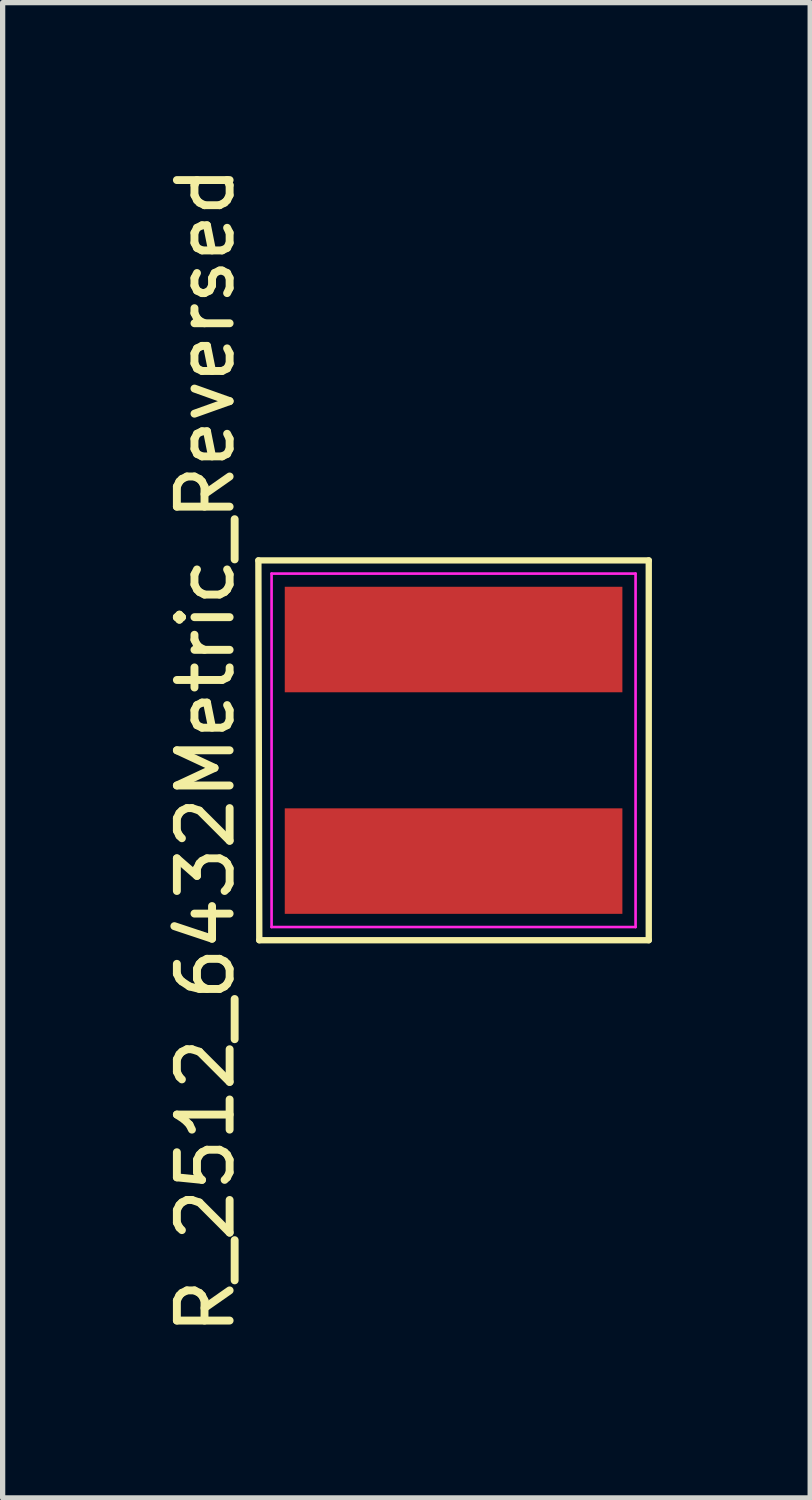
<source format=kicad_pcb>
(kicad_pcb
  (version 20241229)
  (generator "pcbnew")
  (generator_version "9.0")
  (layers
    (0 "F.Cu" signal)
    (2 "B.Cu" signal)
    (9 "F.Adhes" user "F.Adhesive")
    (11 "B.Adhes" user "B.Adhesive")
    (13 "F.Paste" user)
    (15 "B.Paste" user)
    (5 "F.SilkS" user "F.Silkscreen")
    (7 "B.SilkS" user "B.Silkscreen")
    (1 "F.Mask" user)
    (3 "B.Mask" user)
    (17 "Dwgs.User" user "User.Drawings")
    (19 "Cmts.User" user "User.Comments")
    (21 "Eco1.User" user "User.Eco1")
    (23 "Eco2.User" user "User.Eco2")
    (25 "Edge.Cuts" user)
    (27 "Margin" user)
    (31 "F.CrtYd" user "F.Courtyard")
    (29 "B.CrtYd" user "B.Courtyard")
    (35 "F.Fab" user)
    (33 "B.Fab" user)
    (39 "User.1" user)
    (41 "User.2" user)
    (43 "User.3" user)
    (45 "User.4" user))
  (footprint "R_2512_6432Metric_Reversed"
    (layer "F.Cu")
    (at 5.548 11.173)
    (property "Reference" "R_2512_6432Metric_Reversed" (at -4.7 0 90) (layer "F.SilkS") (effects (font (size 1 1) (thickness 0.15))))
    (attr smd)
    (fp_line (start -3.7 -3.6) (end 3.7 -3.6) (stroke (width 0.12) (type solid)) (layer "F.SilkS"))
    (fp_line (start -3.683 3.6) (end -3.7 -3.6) (stroke (width 0.12) (type solid)) (layer "F.SilkS"))
    (fp_line (start 3.7 -3.6) (end 3.7 3.6) (stroke (width 0.12) (type solid)) (layer "F.SilkS"))
    (fp_line (start 3.7 3.6) (end -3.683 3.6) (stroke (width 0.12) (type solid)) (layer "F.SilkS"))
    (fp_line (start -3.45 -3.35) (end 3.45 -3.35) (stroke (width 0.05) (type solid)) (layer "F.CrtYd"))
    (fp_line (start -3.45 3.35) (end -3.45 -3.35) (stroke (width 0.05) (type solid)) (layer "F.CrtYd"))
    (fp_line (start 3.45 -3.35) (end 3.45 3.35) (stroke (width 0.05) (type solid)) (layer "F.CrtYd"))
    (fp_line (start 3.45 3.35) (end -3.45 3.35) (stroke (width 0.05) (type solid)) (layer "F.CrtYd"))
    (pad "1" smd rect (at 0 2.1) (size 6.4 2) (layers "F.Cu" "F.Mask" "F.Paste"))
    (pad "2" smd rect (at 0 -2.1) (size 6.4 2) (layers "F.Cu" "F.Mask" "F.Paste")))
  (gr_rect
    (start -3 -3)
    (end 12.308 25.345)
    (stroke (width 0.1) (type default))
    (fill no)
    (layer "Edge.Cuts")))
</source>
